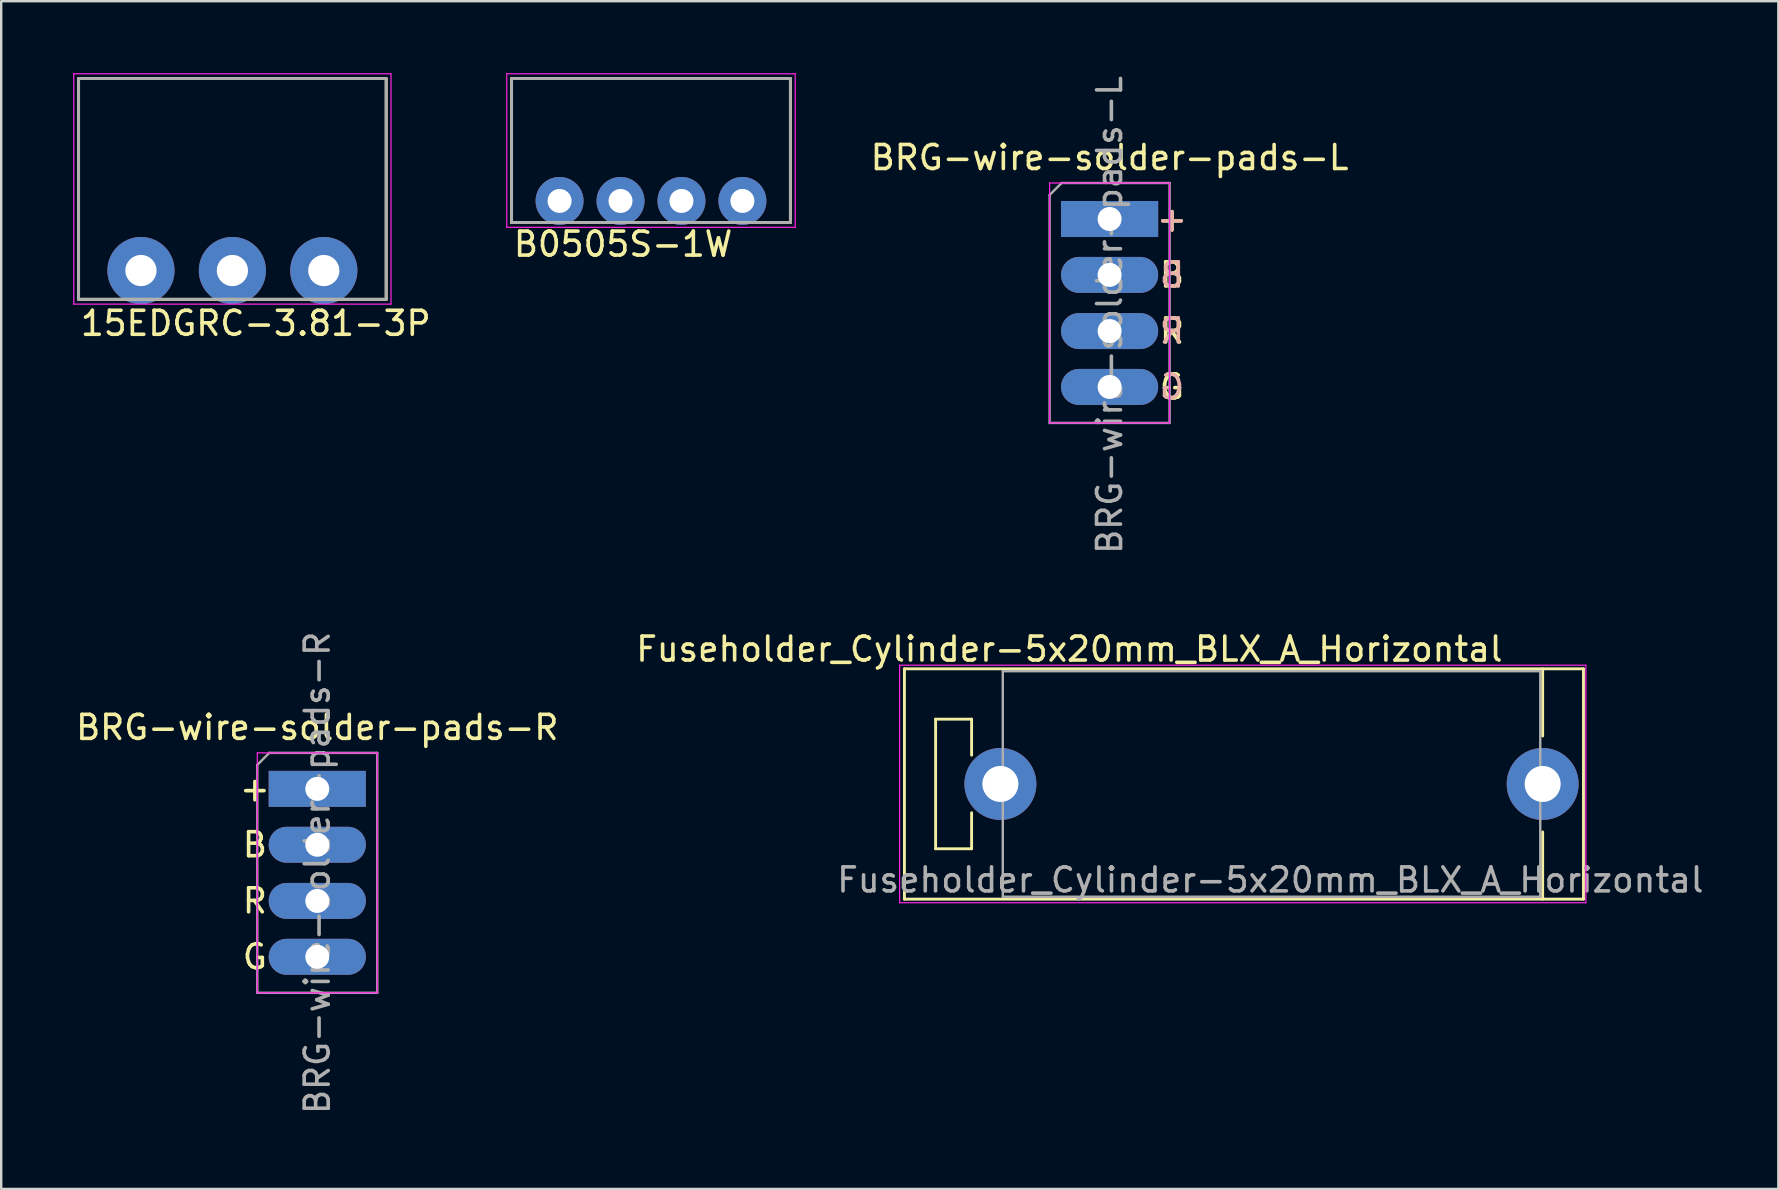
<source format=kicad_pcb>
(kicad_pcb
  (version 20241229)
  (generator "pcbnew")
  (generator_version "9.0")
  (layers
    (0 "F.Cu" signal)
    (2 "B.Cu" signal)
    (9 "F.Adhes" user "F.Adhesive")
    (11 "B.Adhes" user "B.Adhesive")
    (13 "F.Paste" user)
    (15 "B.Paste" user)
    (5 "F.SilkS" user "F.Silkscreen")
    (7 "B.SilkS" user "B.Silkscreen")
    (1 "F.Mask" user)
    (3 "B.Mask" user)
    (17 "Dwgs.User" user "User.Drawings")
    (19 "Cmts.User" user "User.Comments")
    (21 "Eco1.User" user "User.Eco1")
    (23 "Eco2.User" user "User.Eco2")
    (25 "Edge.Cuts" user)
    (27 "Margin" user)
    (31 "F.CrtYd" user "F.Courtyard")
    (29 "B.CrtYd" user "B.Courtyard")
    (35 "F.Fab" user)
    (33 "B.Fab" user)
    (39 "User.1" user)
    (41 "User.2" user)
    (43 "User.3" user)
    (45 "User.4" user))
  (footprint "Fuseholder_Cylinder-5x20mm_BLX_A_Horizontal"
    (layer "F.Cu")
    (at 38.643 29.623)
    (property "Reference" "Fuseholder_Cylinder-5x20mm_BLX_A_Horizontal" (at 2.875 -5.62 0) (layer "F.SilkS") (effects (font (size 1 1) (thickness 0.15))))
    (attr through_hole)
    (fp_line (start -4 -4.8) (end 24.3 -4.8) (stroke (width 0.12) (type solid)) (layer "F.SilkS"))
    (fp_line (start -4 4.8) (end -4 -4.8) (stroke (width 0.12) (type solid)) (layer "F.SilkS"))
    (fp_line (start -4 4.8) (end 24.3 4.8) (stroke (width 0.12) (type solid)) (layer "F.SilkS"))
    (fp_line (start -2.7 -2.7) (end -2.7 2.7) (stroke (width 0.12) (type solid)) (layer "F.SilkS"))
    (fp_line (start -2.7 -2.7) (end -1.2 -2.7) (stroke (width 0.12) (type solid)) (layer "F.SilkS"))
    (fp_line (start -2.7 2.7) (end -1.2 2.7) (stroke (width 0.12) (type solid)) (layer "F.SilkS"))
    (fp_line (start -1.2 -2.7) (end -1.2 -1.2) (stroke (width 0.12) (type solid)) (layer "F.SilkS"))
    (fp_line (start -1.2 2.7) (end -1.2 1.2) (stroke (width 0.12) (type solid)) (layer "F.SilkS"))
    (fp_line (start 22.6 -2) (end 22.6 -4.8) (stroke (width 0.12) (type solid)) (layer "F.SilkS"))
    (fp_line (start 22.6 4.8) (end 22.6 2) (stroke (width 0.12) (type solid)) (layer "F.SilkS"))
    (fp_line (start 24.3 4.8) (end 24.3 -4.8) (stroke (width 0.12) (type solid)) (layer "F.SilkS"))
    (fp_line (start -4.2 -4.95) (end 24.4 -4.95) (stroke (width 0.05) (type solid)) (layer "F.CrtYd"))
    (fp_line (start -4.2 4.95) (end -4.2 -4.95) (stroke (width 0.05) (type solid)) (layer "F.CrtYd"))
    (fp_line (start 24.4 -4.95) (end 24.4 4.95) (stroke (width 0.05) (type solid)) (layer "F.CrtYd"))
    (fp_line (start 24.4 4.95) (end -4.2 4.95) (stroke (width 0.05) (type solid)) (layer "F.CrtYd"))
    (fp_line (start 0.1 -4.7) (end 0.1 4.7) (stroke (width 0.1) (type solid)) (layer "F.Fab"))
    (fp_line (start 0.1 4.7) (end 22.5 4.7) (stroke (width 0.1) (type solid)) (layer "F.Fab"))
    (fp_line (start 22.5 -4.7) (end 0.1 -4.7) (stroke (width 0.1) (type solid)) (layer "F.Fab"))
    (fp_line (start 22.5 4.7) (end 22.5 -4.7) (stroke (width 0.1) (type solid)) (layer "F.Fab"))
    (fp_text user "${REFERENCE}" (at 11.25 4 180) (layer "F.Fab") (effects (font (size 1 1) (thickness 0.15))))
    (pad "1" thru_hole circle (at 0 0) (size 3 3) (drill 1.5) (layers "*.Cu" "*.Mask"))
    (pad "2" thru_hole circle (at 22.6 0) (size 3 3) (drill 1.5) (layers "*.Cu" "*.Mask")))
  (footprint "B0505S-1W"
    (layer "F.Cu")
    (at 20.271 5.325)
    (property "Reference" "B0505S-1W" (at -2 1.8 0) (layer "F.SilkS") (effects (font (size 1 1) (thickness 0.15)) (justify left)))
    (attr through_hole)
    (fp_line (start -2 -5.1) (end -2 0.9) (stroke (width 0.12) (type solid)) (layer "F.SilkS"))
    (fp_line (start -2 -5.1) (end 9.62 -5.1) (stroke (width 0.12) (type solid)) (layer "F.SilkS"))
    (fp_line (start -2 0.9) (end 9.62 0.9) (stroke (width 0.12) (type solid)) (layer "F.SilkS"))
    (fp_line (start 9.62 -5.1) (end 9.62 0.9) (stroke (width 0.12) (type solid)) (layer "F.SilkS"))
    (fp_line (start -2.2 -5.3) (end -2.2 1.1) (stroke (width 0.05) (type solid)) (layer "F.CrtYd"))
    (fp_line (start -2.2 -5.3) (end 9.82 -5.3) (stroke (width 0.05) (type solid)) (layer "F.CrtYd"))
    (fp_line (start 9.82 -5.3) (end 9.82 1.1) (stroke (width 0.05) (type solid)) (layer "F.CrtYd"))
    (fp_line (start 9.82 1.1) (end -2.2 1.1) (stroke (width 0.05) (type solid)) (layer "F.CrtYd"))
    (fp_line (start -2 -5.1) (end 9.62 -5.1) (stroke (width 0.12) (type solid)) (layer "F.Fab"))
    (fp_line (start -2 0.9) (end -2 -5.1) (stroke (width 0.12) (type solid)) (layer "F.Fab"))
    (fp_line (start 9.62 -5.1) (end 9.62 0.9) (stroke (width 0.12) (type solid)) (layer "F.Fab"))
    (fp_line (start 9.62 0.9) (end -2 0.9) (stroke (width 0.12) (type solid)) (layer "F.Fab"))
    (pad "1" thru_hole circle (at 0 0) (size 2 2) (drill 1) (layers "*.Cu" "*.Mask"))
    (pad "2" thru_hole circle (at 2.54 0) (size 2 2) (drill 1) (layers "*.Cu" "*.Mask"))
    (pad "3" thru_hole circle (at 5.08 0) (size 2 2) (drill 1) (layers "*.Cu" "*.Mask"))
    (pad "4" thru_hole circle (at 7.62 0) (size 2 2) (drill 1) (layers "*.Cu" "*.Mask")))
  (footprint "15EDGRC-3.81-3P"
    (layer "F.Cu")
    (at 2.825 8.225)
    (property "Reference" "15EDGRC-3.81-3P" (at -2.6 2.2 0) (layer "F.SilkS") (effects (font (size 1 1) (thickness 0.15)) (justify left)))
    (attr through_hole)
    (fp_line (start -2.6 -8) (end -2.6 1.2) (stroke (width 0.12) (type solid)) (layer "F.SilkS"))
    (fp_line (start -2.6 -8) (end 10.22 -8) (stroke (width 0.12) (type solid)) (layer "F.SilkS"))
    (fp_line (start -2.6 1.2) (end 10.22 1.2) (stroke (width 0.12) (type solid)) (layer "F.SilkS"))
    (fp_line (start 10.22 -8) (end 10.22 1.2) (stroke (width 0.12) (type solid)) (layer "F.SilkS"))
    (fp_line (start -2.8 1.4) (end -2.8 -8.2) (stroke (width 0.05) (type solid)) (layer "F.CrtYd"))
    (fp_line (start -2.8 1.4) (end 10.42 1.4) (stroke (width 0.05) (type solid)) (layer "F.CrtYd"))
    (fp_line (start 10.42 -8.2) (end -2.8 -8.2) (stroke (width 0.05) (type solid)) (layer "F.CrtYd"))
    (fp_line (start 10.42 -8.2) (end 10.42 1.4) (stroke (width 0.05) (type solid)) (layer "F.CrtYd"))
    (fp_line (start -2.6 -8) (end 10.22 -8) (stroke (width 0.12) (type solid)) (layer "F.Fab"))
    (fp_line (start -2.6 1.2) (end -2.6 -8) (stroke (width 0.12) (type solid)) (layer "F.Fab"))
    (fp_line (start -2.6 1.2) (end 10.22 1.2) (stroke (width 0.12) (type solid)) (layer "F.Fab"))
    (fp_line (start 10.22 1.2) (end 10.22 -8) (stroke (width 0.12) (type solid)) (layer "F.Fab"))
    (pad "1" thru_hole circle (at 0 0) (size 2.8 2.8) (drill 1.3) (layers "*.Cu" "*.Mask"))
    (pad "2" thru_hole circle (at 3.81 0) (size 2.8 2.8) (drill 1.3) (layers "*.Cu" "*.Mask"))
    (pad "3" thru_hole circle (at 7.62 0) (size 2.8 2.8) (drill 1.3) (layers "*.Cu" "*.Mask")))
  (footprint "BRG-wire-solder-pads-L"
    (layer "F.Cu")
    (at 43.194 6.077)
    (property "Reference" "BRG-wire-solder-pads-L" (at 0 -2.56 0) (layer "F.SilkS") (effects (font (size 1 1) (thickness 0.15))))
    (attr through_hole)
    (fp_line (start -2.5 -1.5) (end -2.5 8.5) (stroke (width 0.05) (type solid)) (layer "F.CrtYd"))
    (fp_line (start -2.5 8.5) (end 2.5 8.5) (stroke (width 0.05) (type solid)) (layer "F.CrtYd"))
    (fp_line (start 2.5 -1.5) (end -2.5 -1.5) (stroke (width 0.05) (type solid)) (layer "F.CrtYd"))
    (fp_line (start 2.5 8.5) (end 2.5 -1.5) (stroke (width 0.05) (type solid)) (layer "F.CrtYd"))
    (fp_line (start -2.5 -1) (end -2 -1.5) (stroke (width 0.1) (type solid)) (layer "F.Fab"))
    (fp_line (start -2.5 8.5) (end -2.5 -1) (stroke (width 0.1) (type solid)) (layer "F.Fab"))
    (fp_line (start -2 -1.5) (end 2.5 -1.5) (stroke (width 0.1) (type solid)) (layer "F.Fab"))
    (fp_line (start 2.5 -1.5) (end 2.5 8.5) (stroke (width 0.1) (type solid)) (layer "F.Fab"))
    (fp_line (start 2.5 8.5) (end -2.5 8.5) (stroke (width 0.1) (type solid)) (layer "F.Fab"))
    (fp_text user "+" (at 2.6 0 0) (layer "F.SilkS") (effects (font (size 1 1) (thickness 0.15))))
    (fp_text user "B" (at 2.6 2.33 0) (layer "F.SilkS") (effects (font (size 1 1) (thickness 0.15))))
    (fp_text user "R" (at 2.6 4.67 0) (layer "F.SilkS") (effects (font (size 1 1) (thickness 0.15))))
    (fp_text user "G" (at 2.6 7 0) (layer "F.SilkS") (effects (font (size 1 1) (thickness 0.15))))
    (fp_text user "+" (at 2.6 0 0) (layer "B.SilkS") (effects (font (size 1 1) (thickness 0.15)) (justify mirror)))
    (fp_text user "R" (at 2.6 4.67 0) (layer "B.SilkS") (effects (font (size 1 1) (thickness 0.15)) (justify mirror)))
    (fp_text user "G" (at 2.6 7 0) (layer "B.SilkS") (effects (font (size 1 1) (thickness 0.15)) (justify mirror)))
    (fp_text user "B" (at 2.6 2.33 0) (layer "B.SilkS") (effects (font (size 1 1) (thickness 0.15)) (justify mirror)))
    (fp_text user "${REFERENCE}" (at 0 4 90) (layer "F.Fab") (effects (font (size 1 1) (thickness 0.15))))
    (pad "+" thru_hole rect (at 0 0) (size 4.05 1.5) (drill 1) (layers "*.Cu" "*.Mask"))
    (pad "B" thru_hole oval (at 0 2.33) (size 4.05 1.5) (drill 1) (layers "*.Cu" "*.Mask"))
    (pad "G" thru_hole oval (at 0 7) (size 4.05 1.5) (drill 1) (layers "*.Cu" "*.Mask"))
    (pad "R" thru_hole oval (at 0 4.67) (size 4.05 1.5) (drill 1) (layers "*.Cu" "*.Mask")))
  (footprint "BRG-wire-solder-pads-R"
    (layer "F.Cu")
    (at 10.173 29.827)
    (property "Reference" "BRG-wire-solder-pads-R" (at 0 -2.56 0) (layer "F.SilkS") (effects (font (size 1 1) (thickness 0.15))))
    (attr through_hole)
    (fp_line (start -2.5 -1.5) (end -2.5 8.5) (stroke (width 0.05) (type solid)) (layer "F.CrtYd"))
    (fp_line (start -2.5 8.5) (end 2.5 8.5) (stroke (width 0.05) (type solid)) (layer "F.CrtYd"))
    (fp_line (start 2.5 -1.5) (end -2.5 -1.5) (stroke (width 0.05) (type solid)) (layer "F.CrtYd"))
    (fp_line (start 2.5 8.5) (end 2.5 -1.5) (stroke (width 0.05) (type solid)) (layer "F.CrtYd"))
    (fp_line (start -2.5 -1) (end -2 -1.5) (stroke (width 0.1) (type solid)) (layer "F.Fab"))
    (fp_line (start -2.5 8.5) (end -2.5 -1) (stroke (width 0.1) (type solid)) (layer "F.Fab"))
    (fp_line (start -2 -1.5) (end 2.5 -1.5) (stroke (width 0.1) (type solid)) (layer "F.Fab"))
    (fp_line (start 2.5 -1.5) (end 2.5 8.5) (stroke (width 0.1) (type solid)) (layer "F.Fab"))
    (fp_line (start 2.5 8.5) (end -2.5 8.5) (stroke (width 0.1) (type solid)) (layer "F.Fab"))
    (fp_text user "G" (at -2.6 7 0) (layer "F.SilkS") (effects (font (size 1 1) (thickness 0.15))))
    (fp_text user "B" (at -2.6 2.33 0) (layer "F.SilkS") (effects (font (size 1 1) (thickness 0.15))))
    (fp_text user "+" (at -2.6 0 0) (layer "F.SilkS") (effects (font (size 1 1) (thickness 0.15))))
    (fp_text user "R" (at -2.6 4.67 0) (layer "F.SilkS") (effects (font (size 1 1) (thickness 0.15))))
    (fp_text user "${REFERENCE}" (at 0 3.5 90) (layer "F.Fab") (effects (font (size 1 1) (thickness 0.15))))
    (pad "+" thru_hole rect (at 0 0) (size 4.05 1.5) (drill 1) (layers "*.Cu" "*.Mask"))
    (pad "B" thru_hole oval (at 0 2.33) (size 4.05 1.5) (drill 1) (layers "*.Cu" "*.Mask"))
    (pad "G" thru_hole oval (at 0 7) (size 4.05 1.5) (drill 1) (layers "*.Cu" "*.Mask"))
    (pad "R" thru_hole oval (at 0 4.67) (size 4.05 1.5) (drill 1) (layers "*.Cu" "*.Mask")))
  (gr_rect
    (start -3 -3)
    (end 71.065 46.5)
    (stroke (width 0.1) (type default))
    (fill no)
    (layer "Edge.Cuts")))
</source>
